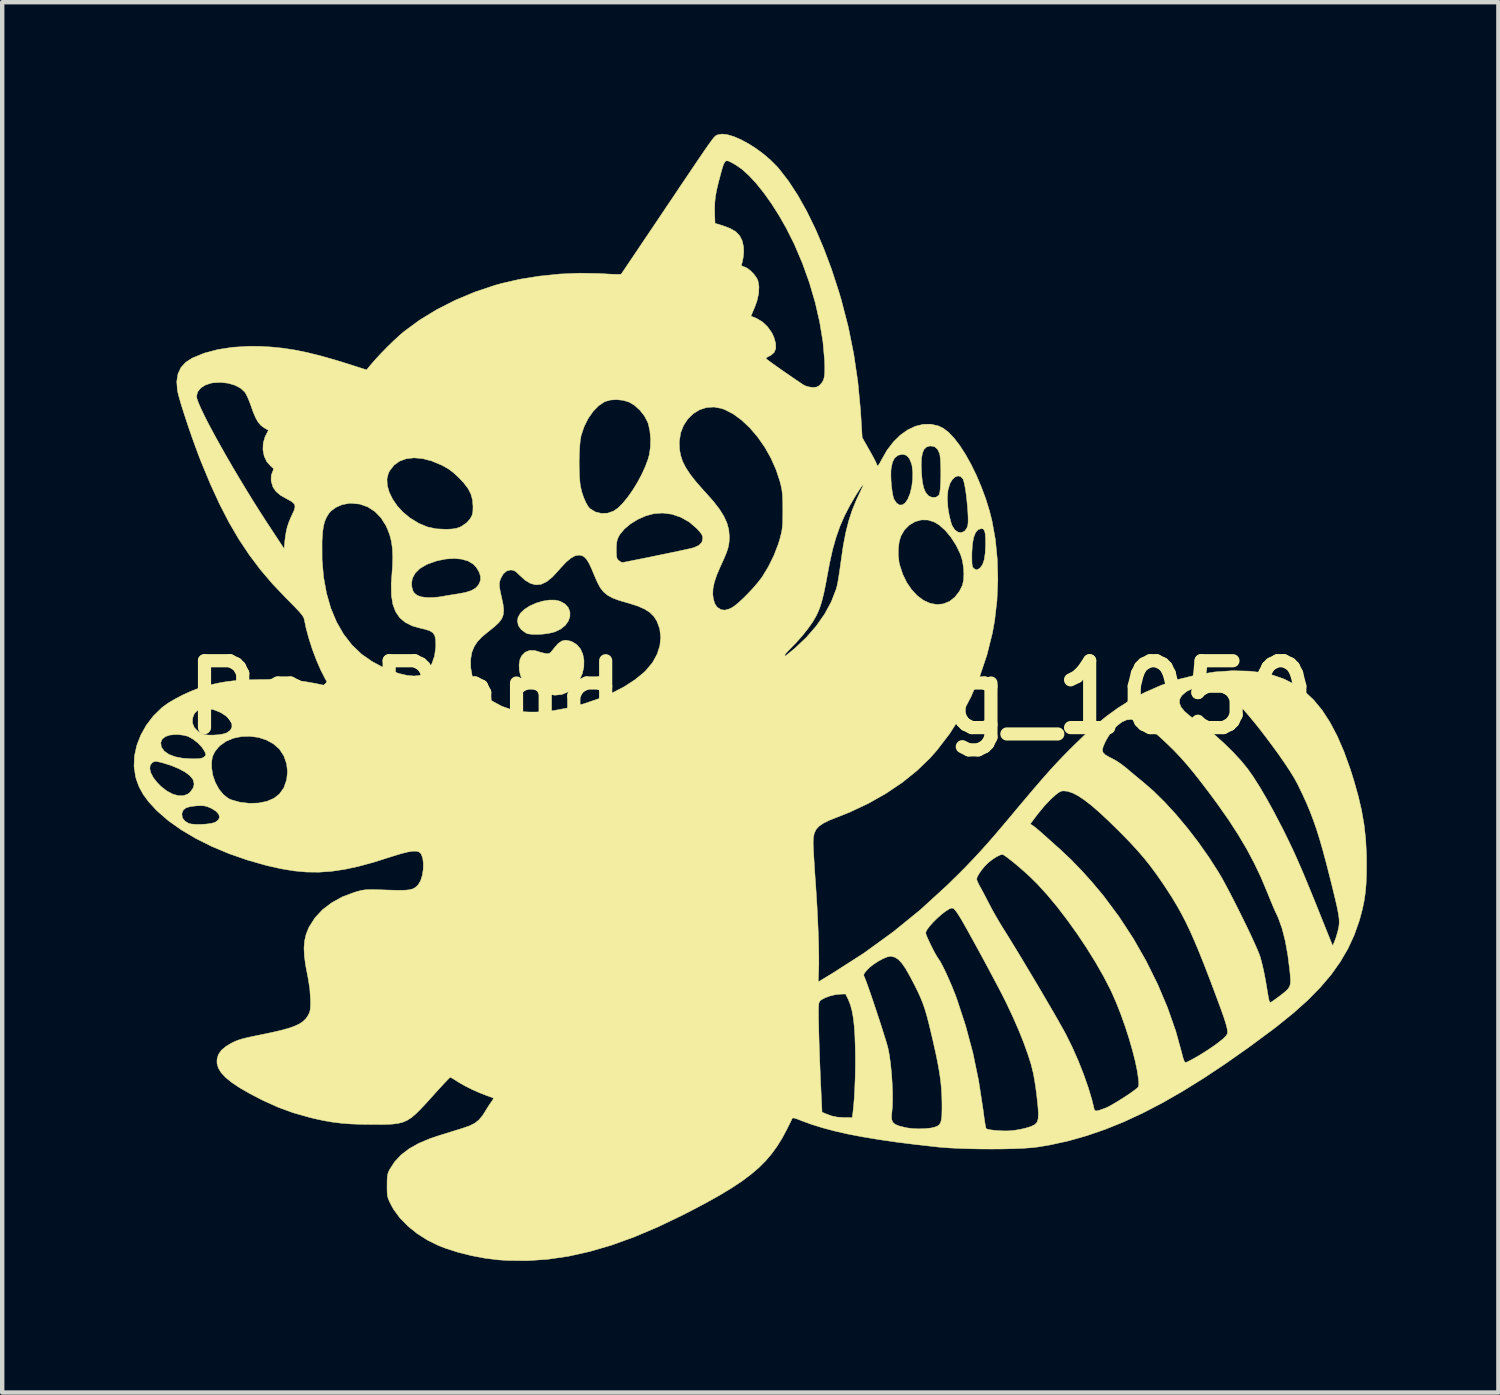
<source format=kicad_pcb>
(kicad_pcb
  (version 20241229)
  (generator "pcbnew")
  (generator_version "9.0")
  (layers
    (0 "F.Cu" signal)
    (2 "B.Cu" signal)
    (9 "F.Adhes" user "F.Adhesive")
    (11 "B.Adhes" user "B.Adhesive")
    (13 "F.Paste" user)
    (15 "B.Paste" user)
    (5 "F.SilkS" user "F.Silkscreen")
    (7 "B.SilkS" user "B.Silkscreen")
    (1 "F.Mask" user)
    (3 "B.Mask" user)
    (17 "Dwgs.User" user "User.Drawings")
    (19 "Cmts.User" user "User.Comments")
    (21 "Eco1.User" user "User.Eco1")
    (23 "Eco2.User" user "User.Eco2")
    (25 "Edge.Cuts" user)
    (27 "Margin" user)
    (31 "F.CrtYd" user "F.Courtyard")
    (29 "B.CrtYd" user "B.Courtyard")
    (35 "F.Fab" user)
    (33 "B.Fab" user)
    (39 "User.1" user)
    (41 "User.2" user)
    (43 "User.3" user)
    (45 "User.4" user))
  (footprint "RedPandaSitting_1050"
    (layer "F.Cu")
    (at 14.057 12.844)
    (property "Reference" "RedPandaSitting_1050" (at 0 0 0) (layer "F.SilkS") (effects (font (size 1.524 1.524) (thickness 0.3))))
    (attr through_hole)
    (fp_poly (pts (xy -4.449 -2.216) (xy -4.343 -2.191) (xy -4.229 -2.128) (xy -4.154 -2.044) (xy -4.117 -1.948) (xy -4.117 -1.844) (xy -4.152 -1.741) (xy -4.221 -1.643) (xy -4.322 -1.56) (xy -4.455 -1.495) (xy -4.481 -1.487) (xy -4.593 -1.46) (xy -4.721 -1.442) (xy -4.851 -1.434) (xy -4.971 -1.435) (xy -5.067 -1.447) (xy -5.116 -1.464) (xy -5.227 -1.544) (xy -5.293 -1.637) (xy -5.313 -1.742) (xy -5.298 -1.826) (xy -5.244 -1.92) (xy -5.151 -2.008) (xy -5.029 -2.085) (xy -4.888 -2.148) (xy -4.738 -2.193) (xy -4.588 -2.217) (xy -4.449 -2.216)) (stroke (width 0.01) (type solid)) (fill yes) (layer "F.SilkS"))
    (fp_poly (pts (xy -4.11 -1.283) (xy -4.077 -1.272) (xy -3.963 -1.204) (xy -3.878 -1.106) (xy -3.823 -0.982) (xy -3.797 -0.842) (xy -3.8 -0.693) (xy -3.835 -0.541) (xy -3.899 -0.395) (xy -3.995 -0.262) (xy -4.025 -0.23) (xy -4.158 -0.125) (xy -4.301 -0.065) (xy -4.458 -0.049) (xy -4.633 -0.076) (xy -4.693 -0.094) (xy -4.858 -0.157) (xy -5.015 -0.236) (xy -5.113 -0.297) (xy -5.186 -0.375) (xy -5.239 -0.484) (xy -5.27 -0.611) (xy -5.276 -0.742) (xy -5.256 -0.863) (xy -5.218 -0.946) (xy -5.136 -1.029) (xy -5.034 -1.07) (xy -4.917 -1.066) (xy -4.863 -1.051) (xy -4.775 -1.023) (xy -4.689 -1.003) (xy -4.666 -0.999) (xy -4.619 -0.996) (xy -4.583 -1.005) (xy -4.547 -1.035) (xy -4.498 -1.094) (xy -4.472 -1.129) (xy -4.384 -1.229) (xy -4.3 -1.285) (xy -4.212 -1.303) (xy -4.11 -1.283)) (stroke (width 0.01) (type solid)) (fill yes) (layer "F.SilkS"))
    (fp_poly (pts (xy -0.524 -12.824) (xy -0.378 -12.78) (xy -0.218 -12.711) (xy -0.048 -12.619) (xy 0.125 -12.509) (xy 0.295 -12.383) (xy 0.456 -12.245) (xy 0.603 -12.098) (xy 0.646 -12.049) (xy 0.864 -11.768) (xy 1.077 -11.442) (xy 1.283 -11.075) (xy 1.481 -10.669) (xy 1.669 -10.229) (xy 1.846 -9.757) (xy 2.009 -9.256) (xy 2.069 -9.054) (xy 2.228 -8.44) (xy 2.352 -7.823) (xy 2.445 -7.191) (xy 2.507 -6.534) (xy 2.517 -6.367) (xy 2.544 -5.922) (xy 2.711 -5.628) (xy 2.772 -5.519) (xy 2.823 -5.424) (xy 2.859 -5.352) (xy 2.878 -5.309) (xy 2.879 -5.304) (xy 2.887 -5.274) (xy 2.911 -5.287) (xy 2.947 -5.341) (xy 2.985 -5.413) (xy 3.11 -5.632) (xy 3.254 -5.82) (xy 3.412 -5.976) (xy 3.581 -6.096) (xy 3.757 -6.179) (xy 3.935 -6.223) (xy 4.111 -6.226) (xy 4.282 -6.186) (xy 4.39 -6.134) (xy 4.512 -6.042) (xy 4.64 -5.907) (xy 4.77 -5.737) (xy 4.9 -5.535) (xy 5.027 -5.307) (xy 5.148 -5.059) (xy 5.259 -4.797) (xy 5.36 -4.526) (xy 5.445 -4.251) (xy 5.503 -4.022) (xy 5.58 -3.594) (xy 5.624 -3.141) (xy 5.636 -2.675) (xy 5.616 -2.208) (xy 5.563 -1.75) (xy 5.513 -1.469) (xy 5.389 -0.971) (xy 5.227 -0.488) (xy 5.029 -0.023) (xy 4.799 0.418) (xy 4.537 0.829) (xy 4.248 1.206) (xy 4.089 1.385) (xy 3.793 1.671) (xy 3.456 1.942) (xy 3.084 2.192) (xy 2.683 2.419) (xy 2.258 2.619) (xy 1.978 2.73) (xy 1.799 2.801) (xy 1.662 2.868) (xy 1.562 2.936) (xy 1.494 3.011) (xy 1.452 3.098) (xy 1.432 3.204) (xy 1.427 3.311) (xy 1.429 3.381) (xy 1.434 3.491) (xy 1.442 3.632) (xy 1.452 3.797) (xy 1.463 3.977) (xy 1.476 4.164) (xy 1.477 4.167) (xy 1.498 4.487) (xy 1.517 4.804) (xy 1.532 5.11) (xy 1.544 5.399) (xy 1.552 5.664) (xy 1.556 5.9) (xy 1.556 6.098) (xy 1.553 6.212) (xy 1.543 6.486) (xy 1.79 6.336) (xy 2.579 6.336) (xy 2.59 6.365) (xy 2.611 6.414) (xy 2.645 6.503) (xy 2.688 6.623) (xy 2.739 6.769) (xy 2.795 6.933) (xy 2.853 7.107) (xy 2.912 7.285) (xy 2.969 7.459) (xy 3.021 7.624) (xy 3.067 7.77) (xy 3.104 7.892) (xy 3.129 7.983) (xy 3.135 8.007) (xy 3.164 8.157) (xy 3.189 8.34) (xy 3.21 8.543) (xy 3.225 8.754) (xy 3.235 8.962) (xy 3.237 9.155) (xy 3.233 9.32) (xy 3.225 9.41) (xy 3.213 9.533) (xy 3.217 9.623) (xy 3.243 9.687) (xy 3.297 9.733) (xy 3.385 9.769) (xy 3.513 9.801) (xy 3.556 9.811) (xy 3.682 9.828) (xy 3.829 9.835) (xy 3.979 9.83) (xy 4.112 9.816) (xy 4.191 9.798) (xy 4.252 9.776) (xy 4.297 9.745) (xy 4.328 9.7) (xy 4.348 9.633) (xy 4.359 9.538) (xy 4.363 9.407) (xy 4.363 9.266) (xy 4.359 9.085) (xy 4.349 8.915) (xy 4.333 8.745) (xy 4.308 8.568) (xy 4.274 8.373) (xy 4.23 8.153) (xy 4.173 7.897) (xy 4.157 7.826) (xy 4.102 7.592) (xy 4.054 7.396) (xy 4.01 7.231) (xy 3.967 7.088) (xy 3.921 6.957) (xy 3.869 6.831) (xy 3.809 6.7) (xy 3.738 6.557) (xy 3.652 6.392) (xy 3.629 6.35) (xy 3.535 6.184) (xy 3.449 6.06) (xy 3.368 5.974) (xy 3.289 5.924) (xy 3.206 5.903) (xy 3.185 5.902) (xy 3.112 5.917) (xy 3.016 5.958) (xy 2.909 6.016) (xy 2.803 6.085) (xy 2.712 6.157) (xy 2.675 6.193) (xy 2.616 6.259) (xy 2.586 6.304) (xy 2.579 6.336) (xy 1.79 6.336) (xy 1.89 6.275) (xy 2.586 5.828) (xy 3.221 5.367) (xy 3.991 5.367) (xy 4.002 5.408) (xy 4.031 5.48) (xy 4.073 5.572) (xy 4.122 5.674) (xy 4.173 5.775) (xy 4.222 5.864) (xy 4.261 5.929) (xy 4.273 5.945) (xy 4.321 6.019) (xy 4.381 6.13) (xy 4.449 6.269) (xy 4.52 6.426) (xy 4.592 6.593) (xy 4.659 6.76) (xy 4.7 6.87) (xy 4.9 7.48) (xy 5.066 8.098) (xy 5.198 8.735) (xy 5.3 9.4) (xy 5.311 9.483) (xy 5.327 9.604) (xy 5.343 9.708) (xy 5.357 9.785) (xy 5.368 9.826) (xy 5.37 9.83) (xy 5.407 9.845) (xy 5.481 9.859) (xy 5.58 9.871) (xy 5.692 9.879) (xy 5.805 9.882) (xy 5.908 9.88) (xy 5.915 9.879) (xy 6.028 9.867) (xy 6.158 9.844) (xy 6.269 9.819) (xy 6.394 9.78) (xy 6.479 9.738) (xy 6.53 9.684) (xy 6.554 9.609) (xy 6.56 9.506) (xy 6.56 9.482) (xy 6.552 9.356) (xy 6.537 9.198) (xy 6.517 9.023) (xy 6.492 8.845) (xy 6.465 8.679) (xy 6.445 8.57) (xy 6.394 8.365) (xy 6.318 8.126) (xy 6.222 7.86) (xy 6.107 7.575) (xy 5.976 7.276) (xy 5.832 6.971) (xy 5.789 6.885) (xy 5.724 6.756) (xy 5.643 6.601) (xy 5.551 6.427) (xy 5.451 6.239) (xy 5.346 6.043) (xy 5.24 5.847) (xy 5.135 5.655) (xy 5.036 5.475) (xy 4.946 5.312) (xy 4.868 5.174) (xy 4.806 5.065) (xy 4.762 4.993) (xy 4.761 4.991) (xy 4.698 4.895) (xy 4.652 4.836) (xy 4.616 4.807) (xy 4.581 4.803) (xy 4.54 4.818) (xy 4.529 4.823) (xy 4.444 4.876) (xy 4.349 4.95) (xy 4.252 5.036) (xy 4.16 5.127) (xy 4.081 5.216) (xy 4.023 5.294) (xy 3.994 5.353) (xy 3.991 5.367) (xy 3.221 5.367) (xy 3.247 5.349) (xy 3.876 4.837) (xy 4.477 4.287) (xy 4.545 4.221) (xy 4.625 4.142) (xy 5.153 4.142) (xy 5.164 4.181) (xy 5.194 4.248) (xy 5.236 4.328) (xy 5.24 4.334) (xy 5.289 4.423) (xy 5.35 4.538) (xy 5.413 4.66) (xy 5.449 4.729) (xy 5.508 4.842) (xy 5.586 4.98) (xy 5.671 5.126) (xy 5.755 5.264) (xy 5.769 5.286) (xy 5.867 5.442) (xy 5.979 5.624) (xy 6.102 5.826) (xy 6.233 6.043) (xy 6.368 6.269) (xy 6.505 6.498) (xy 6.639 6.725) (xy 6.767 6.944) (xy 6.886 7.148) (xy 6.993 7.333) (xy 7.083 7.493) (xy 7.155 7.622) (xy 7.196 7.699) (xy 7.339 7.989) (xy 7.473 8.294) (xy 7.594 8.6) (xy 7.698 8.898) (xy 7.781 9.176) (xy 7.825 9.358) (xy 7.836 9.398) (xy 7.853 9.421) (xy 7.885 9.426) (xy 7.939 9.414) (xy 8.026 9.384) (xy 8.097 9.358) (xy 8.163 9.327) (xy 8.258 9.274) (xy 8.371 9.207) (xy 8.492 9.131) (xy 8.61 9.054) (xy 8.714 8.981) (xy 8.794 8.921) (xy 8.814 8.905) (xy 8.838 8.877) (xy 8.848 8.838) (xy 8.848 8.773) (xy 8.842 8.709) (xy 8.814 8.517) (xy 8.767 8.291) (xy 8.703 8.04) (xy 8.626 7.774) (xy 8.538 7.501) (xy 8.442 7.231) (xy 8.341 6.974) (xy 8.238 6.737) (xy 8.204 6.665) (xy 8.046 6.359) (xy 7.863 6.039) (xy 7.661 5.714) (xy 7.445 5.39) (xy 7.219 5.075) (xy 6.991 4.777) (xy 6.764 4.504) (xy 6.545 4.263) (xy 6.396 4.115) (xy 6.284 4.011) (xy 6.168 3.908) (xy 6.054 3.811) (xy 5.948 3.725) (xy 5.857 3.654) (xy 5.787 3.604) (xy 5.744 3.581) (xy 5.738 3.58) (xy 5.681 3.596) (xy 5.6 3.637) (xy 5.508 3.697) (xy 5.418 3.768) (xy 5.415 3.771) (xy 5.342 3.844) (xy 5.271 3.929) (xy 5.211 4.015) (xy 5.168 4.09) (xy 5.153 4.142) (xy 4.625 4.142) (xy 4.741 4.029) (xy 4.917 3.851) (xy 5.081 3.679) (xy 5.241 3.507) (xy 5.404 3.325) (xy 5.578 3.125) (xy 5.77 2.9) (xy 5.781 2.886) (xy 6.375 2.886) (xy 6.434 2.924) (xy 6.462 2.944) (xy 6.499 2.973) (xy 6.549 3.015) (xy 6.617 3.073) (xy 6.706 3.152) (xy 6.819 3.253) (xy 6.962 3.381) (xy 7.08 3.487) (xy 7.304 3.699) (xy 7.54 3.942) (xy 7.777 4.205) (xy 8.005 4.476) (xy 8.048 4.529) (xy 8.397 4.998) (xy 8.721 5.493) (xy 9.016 6.009) (xy 9.278 6.538) (xy 9.504 7.073) (xy 9.691 7.607) (xy 9.823 8.086) (xy 9.853 8.202) (xy 9.878 8.276) (xy 9.9 8.314) (xy 9.917 8.322) (xy 9.952 8.31) (xy 10.018 8.277) (xy 10.107 8.229) (xy 10.209 8.171) (xy 10.216 8.167) (xy 10.384 8.062) (xy 10.536 7.961) (xy 10.665 7.867) (xy 10.767 7.785) (xy 10.835 7.717) (xy 10.864 7.674) (xy 10.871 7.645) (xy 10.871 7.605) (xy 10.862 7.551) (xy 10.845 7.479) (xy 10.817 7.385) (xy 10.778 7.265) (xy 10.725 7.116) (xy 10.658 6.934) (xy 10.576 6.715) (xy 10.478 6.454) (xy 10.474 6.443) (xy 10.346 6.112) (xy 10.23 5.821) (xy 10.122 5.563) (xy 10.02 5.332) (xy 9.92 5.122) (xy 9.819 4.927) (xy 9.714 4.74) (xy 9.602 4.555) (xy 9.48 4.366) (xy 9.392 4.234) (xy 9.246 4.024) (xy 9.106 3.835) (xy 8.965 3.659) (xy 8.813 3.484) (xy 8.644 3.3) (xy 8.447 3.098) (xy 8.395 3.046) (xy 8.161 2.817) (xy 7.954 2.624) (xy 7.772 2.466) (xy 7.611 2.341) (xy 7.471 2.247) (xy 7.348 2.183) (xy 7.24 2.146) (xy 7.192 2.137) (xy 7.125 2.132) (xy 7.075 2.14) (xy 7.024 2.168) (xy 6.955 2.22) (xy 6.832 2.332) (xy 6.693 2.48) (xy 6.545 2.66) (xy 6.482 2.743) (xy 6.375 2.886) (xy 5.781 2.886) (xy 5.89 2.757) (xy 6.099 2.507) (xy 6.282 2.29) (xy 6.442 2.101) (xy 6.583 1.937) (xy 6.708 1.793) (xy 6.823 1.664) (xy 6.93 1.547) (xy 7.034 1.436) (xy 7.138 1.327) (xy 7.247 1.216) (xy 7.27 1.194) (xy 8.019 1.194) (xy 8.031 1.254) (xy 8.08 1.306) (xy 8.169 1.359) (xy 8.23 1.389) (xy 8.339 1.449) (xy 8.456 1.528) (xy 8.558 1.607) (xy 8.561 1.609) (xy 8.648 1.684) (xy 8.756 1.774) (xy 8.869 1.868) (xy 8.936 1.922) (xy 9.181 2.134) (xy 9.436 2.385) (xy 9.695 2.667) (xy 9.953 2.975) (xy 10.204 3.301) (xy 10.442 3.639) (xy 10.662 3.981) (xy 10.672 3.998) (xy 10.742 4.117) (xy 10.824 4.267) (xy 10.916 4.441) (xy 11.015 4.632) (xy 11.116 4.832) (xy 11.217 5.036) (xy 11.314 5.235) (xy 11.404 5.423) (xy 11.482 5.594) (xy 11.547 5.74) (xy 11.594 5.854) (xy 11.611 5.902) (xy 11.64 6.003) (xy 11.673 6.135) (xy 11.706 6.286) (xy 11.735 6.438) (xy 11.743 6.483) (xy 11.771 6.648) (xy 11.791 6.771) (xy 11.807 6.858) (xy 11.82 6.914) (xy 11.833 6.944) (xy 11.846 6.954) (xy 11.861 6.949) (xy 11.882 6.935) (xy 11.896 6.926) (xy 11.948 6.89) (xy 12.022 6.836) (xy 12.103 6.774) (xy 12.108 6.771) (xy 12.193 6.702) (xy 12.252 6.644) (xy 12.288 6.586) (xy 12.305 6.518) (xy 12.307 6.427) (xy 12.297 6.304) (xy 12.292 6.248) (xy 12.246 5.88) (xy 12.187 5.552) (xy 12.114 5.267) (xy 12.028 5.026) (xy 11.98 4.923) (xy 11.95 4.858) (xy 11.907 4.759) (xy 11.856 4.638) (xy 11.802 4.505) (xy 11.778 4.446) (xy 11.636 4.107) (xy 11.481 3.781) (xy 11.31 3.459) (xy 11.117 3.134) (xy 10.9 2.798) (xy 10.652 2.445) (xy 10.446 2.165) (xy 10.262 1.924) (xy 10.098 1.716) (xy 9.947 1.534) (xy 9.802 1.37) (xy 9.657 1.217) (xy 9.505 1.068) (xy 9.34 0.914) (xy 9.255 0.838) (xy 9.084 0.696) (xy 8.936 0.593) (xy 8.804 0.528) (xy 8.686 0.502) (xy 8.575 0.513) (xy 8.466 0.561) (xy 8.356 0.645) (xy 8.294 0.705) (xy 8.225 0.788) (xy 8.153 0.893) (xy 8.092 0.999) (xy 8.089 1.005) (xy 8.04 1.114) (xy 8.019 1.194) (xy 7.27 1.194) (xy 7.316 1.147) (xy 7.6 0.871) (xy 7.867 0.632) (xy 8.123 0.424) (xy 8.376 0.241) (xy 8.552 0.13) (xy 9.775 0.13) (xy 9.81 0.219) (xy 9.887 0.315) (xy 10.008 0.421) (xy 10.165 0.535) (xy 10.368 0.683) (xy 10.581 0.857) (xy 10.795 1.05) (xy 10.998 1.249) (xy 11.18 1.446) (xy 11.33 1.629) (xy 11.33 1.629) (xy 11.461 1.816) (xy 11.605 2.043) (xy 11.761 2.308) (xy 11.926 2.607) (xy 12.096 2.934) (xy 12.118 2.975) (xy 12.202 3.144) (xy 12.281 3.306) (xy 12.358 3.469) (xy 12.435 3.637) (xy 12.514 3.817) (xy 12.599 4.014) (xy 12.691 4.235) (xy 12.794 4.486) (xy 12.91 4.772) (xy 12.993 4.98) (xy 13.268 5.664) (xy 13.312 5.559) (xy 13.342 5.478) (xy 13.373 5.374) (xy 13.393 5.298) (xy 13.406 5.238) (xy 13.414 5.18) (xy 13.417 5.12) (xy 13.414 5.051) (xy 13.404 4.969) (xy 13.386 4.868) (xy 13.36 4.743) (xy 13.324 4.588) (xy 13.278 4.398) (xy 13.221 4.167) (xy 13.205 4.106) (xy 13.122 3.779) (xy 13.045 3.493) (xy 12.972 3.239) (xy 12.901 3.011) (xy 12.828 2.801) (xy 12.752 2.602) (xy 12.67 2.406) (xy 12.579 2.207) (xy 12.477 1.997) (xy 12.459 1.962) (xy 12.389 1.834) (xy 12.294 1.68) (xy 12.178 1.505) (xy 12.048 1.317) (xy 11.906 1.121) (xy 11.759 0.924) (xy 11.611 0.731) (xy 11.467 0.551) (xy 11.331 0.388) (xy 11.209 0.249) (xy 11.105 0.14) (xy 11.05 0.09) (xy 10.848 -0.06) (xy 10.648 -0.168) (xy 10.55 -0.206) (xy 10.39 -0.238) (xy 10.227 -0.234) (xy 10.072 -0.199) (xy 9.936 -0.134) (xy 9.83 -0.042) (xy 9.823 -0.033) (xy 9.779 0.047) (xy 9.775 0.13) (xy 8.552 0.13) (xy 8.633 0.079) (xy 8.901 -0.068) (xy 8.983 -0.11) (xy 9.365 -0.278) (xy 9.764 -0.413) (xy 10.172 -0.513) (xy 10.581 -0.579) (xy 10.983 -0.607) (xy 11.372 -0.597) (xy 11.611 -0.569) (xy 11.896 -0.509) (xy 12.159 -0.418) (xy 12.402 -0.295) (xy 12.626 -0.136) (xy 12.834 0.058) (xy 13.026 0.291) (xy 13.203 0.563) (xy 13.369 0.877) (xy 13.524 1.234) (xy 13.669 1.637) (xy 13.748 1.887) (xy 13.85 2.247) (xy 13.927 2.58) (xy 13.983 2.9) (xy 14.019 3.222) (xy 14.037 3.559) (xy 14.04 3.774) (xy 14.038 4.035) (xy 14.029 4.259) (xy 14.011 4.46) (xy 13.983 4.648) (xy 13.943 4.836) (xy 13.89 5.036) (xy 13.87 5.104) (xy 13.757 5.423) (xy 13.615 5.73) (xy 13.44 6.029) (xy 13.231 6.323) (xy 12.984 6.613) (xy 12.697 6.905) (xy 12.368 7.199) (xy 11.995 7.5) (xy 11.9 7.573) (xy 11.35 7.98) (xy 10.825 8.349) (xy 10.324 8.682) (xy 9.844 8.98) (xy 9.382 9.245) (xy 8.935 9.477) (xy 8.501 9.678) (xy 8.077 9.849) (xy 7.66 9.992) (xy 7.248 10.109) (xy 6.839 10.199) (xy 6.544 10.249) (xy 6.401 10.265) (xy 6.219 10.278) (xy 6.005 10.287) (xy 5.768 10.293) (xy 5.517 10.295) (xy 5.259 10.294) (xy 5.004 10.289) (xy 4.759 10.281) (xy 4.533 10.27) (xy 4.334 10.255) (xy 4.27 10.249) (xy 3.777 10.194) (xy 3.33 10.138) (xy 2.924 10.079) (xy 2.555 10.018) (xy 2.221 9.954) (xy 1.917 9.885) (xy 1.64 9.811) (xy 1.387 9.732) (xy 1.154 9.647) (xy 1.091 9.621) (xy 1.016 9.595) (xy 0.966 9.586) (xy 0.951 9.592) (xy 0.938 9.622) (xy 0.907 9.686) (xy 0.864 9.772) (xy 0.827 9.847) (xy 0.72 10.047) (xy 0.606 10.23) (xy 0.482 10.402) (xy 0.344 10.564) (xy 0.188 10.72) (xy 0.01 10.872) (xy -0.192 11.024) (xy -0.424 11.178) (xy -0.687 11.338) (xy -0.987 11.506) (xy -1.326 11.686) (xy -1.56 11.806) (xy -2.117 12.073) (xy -2.651 12.299) (xy -3.166 12.485) (xy -3.665 12.631) (xy -4.149 12.739) (xy -4.622 12.808) (xy -5.087 12.84) (xy -5.545 12.835) (xy -5.762 12.82) (xy -6.056 12.783) (xy -6.362 12.725) (xy -6.663 12.65) (xy -6.942 12.561) (xy -7.112 12.496) (xy -7.365 12.371) (xy -7.601 12.221) (xy -7.813 12.049) (xy -7.994 11.864) (xy -8.136 11.67) (xy -8.188 11.577) (xy -8.232 11.49) (xy -8.26 11.423) (xy -8.276 11.361) (xy -8.283 11.288) (xy -8.285 11.19) (xy -8.285 11.13) (xy -8.284 11.009) (xy -8.278 10.923) (xy -8.267 10.859) (xy -8.247 10.804) (xy -8.228 10.765) (xy -8.113 10.587) (xy -7.967 10.43) (xy -7.786 10.291) (xy -7.567 10.167) (xy -7.306 10.057) (xy -7.105 9.989) (xy -6.961 9.945) (xy -6.808 9.897) (xy -6.665 9.853) (xy -6.554 9.818) (xy -6.4 9.764) (xy -6.284 9.705) (xy -6.192 9.632) (xy -6.112 9.537) (xy -6.057 9.452) (xy -6.003 9.363) (xy -5.948 9.278) (xy -5.908 9.221) (xy -5.874 9.17) (xy -5.857 9.138) (xy -5.858 9.135) (xy -5.883 9.124) (xy -5.942 9.102) (xy -6.021 9.074) (xy -6.023 9.073) (xy -6.182 9.011) (xy -6.352 8.935) (xy -6.515 8.853) (xy -6.655 8.773) (xy -6.697 8.746) (xy -6.766 8.702) (xy -6.82 8.671) (xy -6.845 8.66) (xy -6.866 8.677) (xy -6.914 8.726) (xy -6.985 8.8) (xy -7.073 8.896) (xy -7.175 9.007) (xy -7.233 9.072) (xy -7.388 9.244) (xy -7.518 9.383) (xy -7.629 9.493) (xy -7.729 9.578) (xy -7.826 9.64) (xy -7.925 9.683) (xy -8.034 9.711) (xy -8.161 9.727) (xy -8.311 9.734) (xy -8.494 9.735) (xy -8.612 9.735) (xy -8.885 9.732) (xy -9.122 9.723) (xy -9.334 9.706) (xy -9.535 9.681) (xy -9.735 9.646) (xy -9.947 9.6) (xy -10.072 9.569) (xy -10.429 9.467) (xy -10.765 9.344) (xy -11.102 9.192) (xy -11.161 9.163) (xy -11.427 9.024) (xy -11.649 8.896) (xy -11.828 8.776) (xy -11.966 8.663) (xy -12.067 8.554) (xy -12.131 8.448) (xy -12.161 8.343) (xy -12.161 8.256) (xy -12.13 8.143) (xy -12.06 8.042) (xy -11.949 7.95) (xy -11.826 7.878) (xy -11.753 7.843) (xy -11.679 7.813) (xy -11.593 7.786) (xy -11.487 7.759) (xy -11.353 7.729) (xy -11.18 7.694) (xy -11.162 7.69) (xy -10.911 7.638) (xy -10.703 7.59) (xy -10.533 7.543) (xy -10.397 7.496) (xy -10.29 7.446) (xy -10.207 7.392) (xy -10.142 7.331) (xy -10.092 7.262) (xy -10.086 7.252) (xy -10.059 7.199) (xy -10.042 7.149) (xy -10.039 7.128) (xy 1.548 7.128) (xy 1.548 7.235) (xy 1.55 7.379) (xy 1.555 7.563) (xy 1.555 7.602) (xy 1.561 7.82) (xy 1.569 8.066) (xy 1.578 8.321) (xy 1.588 8.569) (xy 1.597 8.791) (xy 1.6 8.846) (xy 1.629 9.455) (xy 1.716 9.492) (xy 1.845 9.54) (xy 1.973 9.567) (xy 2.122 9.577) (xy 2.144 9.577) (xy 2.316 9.579) (xy 2.331 9.477) (xy 2.348 9.326) (xy 2.363 9.138) (xy 2.375 8.922) (xy 2.384 8.688) (xy 2.389 8.448) (xy 2.39 8.21) (xy 2.387 7.995) (xy 2.378 7.724) (xy 2.363 7.495) (xy 2.341 7.303) (xy 2.312 7.143) (xy 2.275 7.007) (xy 2.229 6.891) (xy 2.221 6.874) (xy 2.165 6.761) (xy 2.032 6.766) (xy 1.922 6.779) (xy 1.805 6.808) (xy 1.698 6.848) (xy 1.614 6.893) (xy 1.584 6.919) (xy 1.571 6.937) (xy 1.561 6.96) (xy 1.554 6.996) (xy 1.55 7.05) (xy 1.548 7.128) (xy -10.039 7.128) (xy -10.033 7.086) (xy -10.029 7) (xy -10.03 6.894) (xy -10.046 6.641) (xy -10.09 6.369) (xy -10.096 6.343) (xy -10.143 6.098) (xy -10.17 5.889) (xy -10.178 5.71) (xy -10.165 5.552) (xy -10.132 5.408) (xy -10.079 5.271) (xy -10.062 5.235) (xy -9.93 5.027) (xy -9.758 4.842) (xy -9.547 4.681) (xy -9.303 4.547) (xy -9.027 4.443) (xy -9.006 4.437) (xy -8.932 4.416) (xy -8.87 4.4) (xy -8.809 4.39) (xy -8.742 4.384) (xy -8.659 4.382) (xy -8.551 4.383) (xy -8.409 4.387) (xy -8.305 4.391) (xy -8.115 4.396) (xy -7.966 4.398) (xy -7.852 4.394) (xy -7.766 4.384) (xy -7.701 4.366) (xy -7.651 4.34) (xy -7.607 4.304) (xy -7.575 4.27) (xy -7.521 4.181) (xy -7.483 4.061) (xy -7.461 3.926) (xy -7.457 3.79) (xy -7.472 3.666) (xy -7.508 3.57) (xy -7.512 3.564) (xy -7.551 3.527) (xy -7.611 3.507) (xy -7.696 3.506) (xy -7.81 3.524) (xy -7.959 3.561) (xy -8.145 3.618) (xy -8.218 3.641) (xy -8.594 3.76) (xy -8.937 3.853) (xy -9.253 3.921) (xy -9.55 3.965) (xy -9.836 3.985) (xy -10.118 3.982) (xy -10.403 3.956) (xy -10.699 3.907) (xy -11.013 3.837) (xy -11.03 3.833) (xy -11.467 3.709) (xy -11.884 3.564) (xy -12.278 3.399) (xy -12.644 3.216) (xy -12.977 3.019) (xy -13.272 2.81) (xy -13.444 2.66) (xy -12.962 2.66) (xy -12.949 2.748) (xy -12.89 2.821) (xy -12.809 2.871) (xy -12.741 2.888) (xy -12.641 2.896) (xy -12.523 2.896) (xy -12.402 2.888) (xy -12.294 2.873) (xy -12.213 2.852) (xy -12.197 2.845) (xy -12.128 2.791) (xy -12.103 2.729) (xy -12.123 2.662) (xy -12.185 2.595) (xy -12.287 2.531) (xy -12.305 2.523) (xy -12.382 2.491) (xy -12.449 2.474) (xy -12.526 2.469) (xy -12.631 2.473) (xy -12.771 2.489) (xy -12.869 2.52) (xy -12.93 2.569) (xy -12.959 2.64) (xy -12.962 2.66) (xy -13.444 2.66) (xy -13.524 2.59) (xy -13.559 2.555) (xy -13.72 2.379) (xy -13.843 2.213) (xy -13.935 2.045) (xy -14.001 1.867) (xy -14.018 1.803) (xy -14.044 1.625) (xy -13.693 1.625) (xy -13.669 1.722) (xy -13.612 1.831) (xy -13.522 1.945) (xy -13.44 2.028) (xy -13.303 2.135) (xy -13.166 2.207) (xy -13.036 2.242) (xy -12.918 2.24) (xy -12.817 2.199) (xy -12.768 2.156) (xy -12.703 2.063) (xy -12.682 1.976) (xy -12.704 1.886) (xy -12.714 1.864) (xy -12.78 1.784) (xy -12.888 1.703) (xy -13.031 1.626) (xy -13.204 1.554) (xy -13.399 1.493) (xy -13.433 1.484) (xy -13.514 1.465) (xy -12.284 1.465) (xy -12.283 1.609) (xy -12.256 1.779) (xy -12.198 1.943) (xy -12.117 2.091) (xy -12.017 2.214) (xy -11.904 2.303) (xy -11.845 2.332) (xy -11.643 2.389) (xy -11.428 2.415) (xy -11.217 2.409) (xy -11.027 2.371) (xy -10.865 2.302) (xy -10.74 2.205) (xy -10.647 2.076) (xy -10.633 2.05) (xy -10.573 1.875) (xy -10.554 1.691) (xy -10.576 1.509) (xy -10.636 1.337) (xy -10.734 1.186) (xy -10.741 1.178) (xy -10.876 1.059) (xy -11.038 0.971) (xy -11.218 0.913) (xy -11.408 0.888) (xy -11.6 0.893) (xy -11.784 0.931) (xy -11.951 1) (xy -12.095 1.102) (xy -12.127 1.135) (xy -12.211 1.24) (xy -12.262 1.345) (xy -12.284 1.465) (xy -13.514 1.465) (xy -13.515 1.465) (xy -13.566 1.46) (xy -13.604 1.47) (xy -13.633 1.486) (xy -13.682 1.544) (xy -13.693 1.625) (xy -14.044 1.625) (xy -14.052 1.574) (xy -14.042 1.337) (xy -13.99 1.098) (xy -13.965 1.032) (xy -13.443 1.032) (xy -13.431 1.124) (xy -13.426 1.137) (xy -13.363 1.226) (xy -13.259 1.299) (xy -13.116 1.354) (xy -12.941 1.388) (xy -12.735 1.401) (xy -12.733 1.401) (xy -12.62 1.4) (xy -12.544 1.394) (xy -12.493 1.381) (xy -12.458 1.359) (xy -12.424 1.329) (xy -12.416 1.301) (xy -12.432 1.256) (xy -12.446 1.226) (xy -12.507 1.134) (xy -12.598 1.039) (xy -12.705 0.955) (xy -12.811 0.895) (xy -12.837 0.885) (xy -12.928 0.863) (xy -13.036 0.849) (xy -13.097 0.847) (xy -13.237 0.86) (xy -13.343 0.897) (xy -13.413 0.956) (xy -13.443 1.032) (xy -13.965 1.032) (xy -13.899 0.861) (xy -13.772 0.635) (xy -13.654 0.481) (xy -12.72 0.481) (xy -12.719 0.59) (xy -12.676 0.691) (xy -12.595 0.775) (xy -12.479 0.837) (xy -12.455 0.845) (xy -12.368 0.859) (xy -12.254 0.861) (xy -12.132 0.853) (xy -12.021 0.835) (xy -11.942 0.811) (xy -11.86 0.753) (xy -11.821 0.681) (xy -11.823 0.6) (xy -11.866 0.515) (xy -11.946 0.432) (xy -12.064 0.354) (xy -12.088 0.341) (xy -12.238 0.281) (xy -12.379 0.254) (xy -12.503 0.26) (xy -12.604 0.297) (xy -12.675 0.367) (xy -12.677 0.37) (xy -12.72 0.481) (xy -13.654 0.481) (xy -13.611 0.424) (xy -13.417 0.235) (xy -13.395 0.217) (xy -13.272 0.129) (xy -13.116 0.037) (xy -12.94 -0.055) (xy -12.756 -0.138) (xy -12.579 -0.208) (xy -12.434 -0.253) (xy -12.259 -0.297) (xy -12.101 -0.331) (xy -11.949 -0.357) (xy -11.793 -0.376) (xy -11.622 -0.389) (xy -11.424 -0.399) (xy -11.199 -0.405) (xy -10.896 -0.408) (xy -10.63 -0.401) (xy -10.388 -0.385) (xy -10.16 -0.359) (xy -9.933 -0.32) (xy -9.803 -0.293) (xy -9.713 -0.274) (xy -9.644 -0.261) (xy -9.607 -0.255) (xy -9.604 -0.256) (xy -9.615 -0.278) (xy -9.644 -0.332) (xy -9.686 -0.407) (xy -9.701 -0.434) (xy -9.799 -0.627) (xy -9.897 -0.853) (xy -9.989 -1.098) (xy -10.069 -1.348) (xy -10.133 -1.587) (xy -10.171 -1.772) (xy -10.18 -1.805) (xy -10.2 -1.843) (xy -10.233 -1.89) (xy -10.285 -1.952) (xy -10.36 -2.032) (xy -10.46 -2.135) (xy -10.592 -2.267) (xy -10.604 -2.28) (xy -10.9 -2.591) (xy -11.173 -2.912) (xy -11.426 -3.248) (xy -11.663 -3.604) (xy -11.887 -3.987) (xy -12.101 -4.402) (xy -12.309 -4.854) (xy -12.515 -5.349) (xy -12.516 -5.351) (xy -12.586 -5.531) (xy -12.658 -5.727) (xy -12.732 -5.932) (xy -12.804 -6.14) (xy -12.871 -6.342) (xy -12.933 -6.532) (xy -12.986 -6.702) (xy -13.027 -6.846) (xy -13.031 -6.86) (xy -12.627 -6.86) (xy -12.615 -6.797) (xy -12.578 -6.698) (xy -12.519 -6.565) (xy -12.441 -6.403) (xy -12.345 -6.215) (xy -12.233 -6.006) (xy -12.107 -5.778) (xy -11.971 -5.536) (xy -11.825 -5.283) (xy -11.671 -5.023) (xy -11.513 -4.761) (xy -11.352 -4.499) (xy -11.19 -4.241) (xy -11.029 -3.992) (xy -10.986 -3.926) (xy -10.632 -3.389) (xy -10.616 -3.552) (xy -9.767 -3.552) (xy -9.766 -3.135) (xy -9.732 -2.741) (xy -9.665 -2.372) (xy -9.567 -2.031) (xy -9.437 -1.72) (xy -9.277 -1.441) (xy -9.087 -1.196) (xy -8.87 -0.987) (xy -8.63 -0.819) (xy -8.414 -0.703) (xy -8.204 -0.61) (xy -8.007 -0.542) (xy -7.827 -0.5) (xy -7.669 -0.486) (xy -7.538 -0.5) (xy -7.449 -0.539) (xy -7.343 -0.638) (xy -7.261 -0.774) (xy -7.233 -0.856) (xy -6.381 -0.856) (xy -6.378 -0.676) (xy -6.347 -0.499) (xy -6.306 -0.382) (xy -6.202 -0.206) (xy -6.058 -0.047) (xy -5.879 0.09) (xy -5.672 0.202) (xy -5.441 0.284) (xy -5.32 0.312) (xy -5.203 0.327) (xy -5.053 0.334) (xy -4.884 0.334) (xy -4.711 0.326) (xy -4.549 0.31) (xy -4.495 0.303) (xy -4.144 0.237) (xy -3.801 0.147) (xy -3.472 0.035) (xy -3.165 -0.095) (xy -2.884 -0.24) (xy -2.637 -0.399) (xy -2.43 -0.568) (xy -2.38 -0.618) (xy -2.235 -0.792) (xy -2.146 -0.953) (xy 0.773 -0.953) (xy 0.787 -0.945) (xy 0.796 -0.947) (xy 0.823 -0.966) (xy 0.877 -1.009) (xy 0.951 -1.07) (xy 1.017 -1.125) (xy 1.273 -1.367) (xy 1.498 -1.627) (xy 1.688 -1.898) (xy 1.839 -2.176) (xy 1.947 -2.454) (xy 1.971 -2.539) (xy 1.985 -2.605) (xy 2.004 -2.71) (xy 2.024 -2.842) (xy 2.046 -2.991) (xy 2.067 -3.145) (xy 2.08 -3.235) (xy 3.367 -3.235) (xy 3.385 -3.077) (xy 3.397 -3.023) (xy 3.468 -2.806) (xy 3.562 -2.614) (xy 3.676 -2.448) (xy 3.804 -2.313) (xy 3.944 -2.21) (xy 4.091 -2.144) (xy 4.242 -2.116) (xy 4.392 -2.13) (xy 4.537 -2.188) (xy 4.539 -2.19) (xy 4.66 -2.287) (xy 4.762 -2.42) (xy 4.828 -2.553) (xy 4.854 -2.667) (xy 4.862 -2.809) (xy 4.853 -2.965) (xy 4.828 -3.118) (xy 4.793 -3.234) (xy 5.044 -3.234) (xy 5.045 -3.116) (xy 5.048 -3.037) (xy 5.057 -2.987) (xy 5.071 -2.956) (xy 5.091 -2.937) (xy 5.135 -2.91) (xy 5.169 -2.909) (xy 5.214 -2.937) (xy 5.232 -2.951) (xy 5.287 -3.024) (xy 5.327 -3.141) (xy 5.35 -3.303) (xy 5.357 -3.483) (xy 5.356 -3.627) (xy 5.348 -3.729) (xy 5.333 -3.795) (xy 5.309 -3.832) (xy 5.273 -3.846) (xy 5.262 -3.846) (xy 5.187 -3.823) (xy 5.128 -3.755) (xy 5.084 -3.642) (xy 5.056 -3.486) (xy 5.044 -3.285) (xy 5.044 -3.234) (xy 4.793 -3.234) (xy 4.787 -3.253) (xy 4.785 -3.26) (xy 4.687 -3.462) (xy 4.57 -3.646) (xy 4.44 -3.803) (xy 4.302 -3.926) (xy 4.189 -3.995) (xy 4.042 -4.042) (xy 3.893 -4.044) (xy 3.749 -4.004) (xy 3.618 -3.926) (xy 3.506 -3.813) (xy 3.428 -3.679) (xy 3.389 -3.554) (xy 3.369 -3.4) (xy 3.367 -3.235) (xy 2.08 -3.235) (xy 2.115 -3.472) (xy 2.171 -3.761) (xy 2.237 -4.022) (xy 2.316 -4.264) (xy 2.412 -4.499) (xy 2.502 -4.69) (xy 2.546 -4.782) (xy 2.566 -4.833) (xy 2.563 -4.845) (xy 2.538 -4.817) (xy 2.492 -4.751) (xy 2.425 -4.647) (xy 2.41 -4.624) (xy 2.264 -4.375) (xy 2.14 -4.135) (xy 2.036 -3.895) (xy 1.948 -3.644) (xy 1.871 -3.373) (xy 1.804 -3.071) (xy 1.754 -2.806) (xy 1.711 -2.573) (xy 1.671 -2.38) (xy 1.632 -2.22) (xy 1.592 -2.085) (xy 1.548 -1.968) (xy 1.499 -1.861) (xy 1.498 -1.86) (xy 1.419 -1.723) (xy 1.31 -1.568) (xy 1.181 -1.406) (xy 1.041 -1.248) (xy 0.957 -1.162) (xy 0.859 -1.061) (xy 0.797 -0.992) (xy 0.773 -0.953) (xy -2.146 -0.953) (xy -2.131 -0.98) (xy -2.068 -1.174) (xy -2.048 -1.37) (xy -2.07 -1.561) (xy -2.133 -1.733) (xy -2.202 -1.842) (xy -2.294 -1.934) (xy -2.415 -2.012) (xy -2.572 -2.081) (xy -2.77 -2.144) (xy -2.807 -2.154) (xy -2.995 -2.209) (xy -3.143 -2.264) (xy -3.259 -2.327) (xy -3.351 -2.404) (xy -3.427 -2.501) (xy -3.494 -2.626) (xy -3.557 -2.772) (xy -3.625 -2.935) (xy -3.683 -3.057) (xy -3.736 -3.144) (xy -3.789 -3.2) (xy -3.844 -3.23) (xy -3.906 -3.241) (xy -3.92 -3.242) (xy -4.003 -3.225) (xy -4.096 -3.173) (xy -4.203 -3.083) (xy -4.325 -2.953) (xy -4.376 -2.894) (xy -4.516 -2.743) (xy -4.646 -2.637) (xy -4.77 -2.578) (xy -4.891 -2.564) (xy -5.013 -2.595) (xy -5.139 -2.67) (xy -5.272 -2.791) (xy -5.284 -2.803) (xy -5.349 -2.864) (xy -5.402 -2.894) (xy -5.462 -2.903) (xy -5.47 -2.903) (xy -5.559 -2.88) (xy -5.636 -2.813) (xy -5.695 -2.708) (xy -5.712 -2.659) (xy -5.723 -2.612) (xy -5.727 -2.562) (xy -5.72 -2.498) (xy -5.704 -2.41) (xy -5.677 -2.286) (xy -5.675 -2.278) (xy -5.641 -2.118) (xy -5.627 -1.99) (xy -5.636 -1.885) (xy -5.671 -1.792) (xy -5.737 -1.704) (xy -5.837 -1.61) (xy -5.974 -1.5) (xy -5.98 -1.496) (xy -6.122 -1.379) (xy -6.226 -1.269) (xy -6.299 -1.157) (xy -6.349 -1.035) (xy -6.354 -1.019) (xy -6.381 -0.856) (xy -7.233 -0.856) (xy -7.204 -0.939) (xy -7.177 -1.127) (xy -7.174 -1.185) (xy -7.178 -1.313) (xy -7.197 -1.406) (xy -7.24 -1.471) (xy -7.312 -1.517) (xy -7.42 -1.552) (xy -7.511 -1.572) (xy -7.708 -1.627) (xy -7.869 -1.707) (xy -7.996 -1.814) (xy -8.09 -1.952) (xy -8.153 -2.121) (xy -8.186 -2.325) (xy -8.19 -2.565) (xy -8.189 -2.588) (xy -7.728 -2.588) (xy -7.719 -2.513) (xy -7.697 -2.432) (xy -7.667 -2.381) (xy -7.617 -2.339) (xy -7.587 -2.32) (xy -7.508 -2.292) (xy -7.395 -2.276) (xy -7.26 -2.274) (xy -7.116 -2.286) (xy -7.04 -2.298) (xy -6.959 -2.312) (xy -6.848 -2.331) (xy -6.727 -2.35) (xy -6.674 -2.358) (xy -6.498 -2.391) (xy -6.363 -2.434) (xy -6.266 -2.491) (xy -6.2 -2.563) (xy -6.159 -2.656) (xy -6.155 -2.672) (xy -6.155 -2.758) (xy -6.187 -2.858) (xy -6.247 -2.957) (xy -6.319 -3.035) (xy -6.438 -3.107) (xy -6.588 -3.15) (xy -6.762 -3.166) (xy -6.952 -3.152) (xy -7.149 -3.111) (xy -7.347 -3.042) (xy -7.394 -3.021) (xy -7.538 -2.935) (xy -7.643 -2.831) (xy -7.708 -2.714) (xy -7.728 -2.588) (xy -8.189 -2.588) (xy -8.18 -2.728) (xy -8.161 -2.984) (xy -8.155 -3.201) (xy -8.162 -3.366) (xy -3.059 -3.366) (xy -3.059 -3.265) (xy -3.053 -3.201) (xy -3.04 -3.16) (xy -3.018 -3.131) (xy -3.003 -3.118) (xy -2.957 -3.086) (xy -2.927 -3.072) (xy -2.899 -3.077) (xy -2.83 -3.09) (xy -2.725 -3.111) (xy -2.59 -3.138) (xy -2.431 -3.17) (xy -2.252 -3.206) (xy -2.137 -3.23) (xy -1.947 -3.269) (xy -1.769 -3.306) (xy -1.61 -3.34) (xy -1.476 -3.369) (xy -1.373 -3.392) (xy -1.307 -3.408) (xy -1.29 -3.413) (xy -1.177 -3.465) (xy -1.11 -3.535) (xy -1.089 -3.62) (xy -1.095 -3.67) (xy -1.117 -3.72) (xy -1.163 -3.78) (xy -1.226 -3.849) (xy -1.396 -3.995) (xy -1.588 -4.104) (xy -1.794 -4.174) (xy -2.006 -4.201) (xy -2.201 -4.187) (xy -2.386 -4.137) (xy -2.567 -4.058) (xy -2.733 -3.956) (xy -2.874 -3.839) (xy -2.98 -3.711) (xy -3.007 -3.665) (xy -3.036 -3.599) (xy -3.052 -3.523) (xy -3.059 -3.421) (xy -3.059 -3.366) (xy -8.162 -3.366) (xy -8.163 -3.388) (xy -8.186 -3.553) (xy -8.224 -3.703) (xy -8.28 -3.847) (xy -8.309 -3.911) (xy -8.422 -4.091) (xy -8.562 -4.235) (xy -8.724 -4.34) (xy -8.906 -4.404) (xy -9.101 -4.424) (xy -9.156 -4.421) (xy -9.31 -4.391) (xy -9.45 -4.33) (xy -9.564 -4.246) (xy -9.614 -4.188) (xy -9.667 -4.1) (xy -9.707 -4.008) (xy -9.734 -3.902) (xy -9.753 -3.77) (xy -9.764 -3.604) (xy -9.767 -3.552) (xy -10.616 -3.552) (xy -10.614 -3.572) (xy -10.6 -3.686) (xy -10.579 -3.802) (xy -10.558 -3.89) (xy -10.524 -3.99) (xy -10.478 -4.101) (xy -10.448 -4.165) (xy -10.4 -4.27) (xy -10.382 -4.347) (xy -10.398 -4.406) (xy -10.451 -4.457) (xy -10.546 -4.511) (xy -10.571 -4.524) (xy -10.715 -4.606) (xy -10.816 -4.692) (xy -10.882 -4.787) (xy -10.888 -4.799) (xy -10.927 -4.932) (xy -10.927 -4.978) (xy -8.287 -4.978) (xy -8.28 -4.833) (xy -8.237 -4.678) (xy -8.16 -4.52) (xy -8.055 -4.366) (xy -7.922 -4.221) (xy -7.767 -4.093) (xy -7.762 -4.089) (xy -7.563 -3.967) (xy -7.368 -3.885) (xy -7.164 -3.841) (xy -6.939 -3.83) (xy -6.917 -3.831) (xy -6.795 -3.838) (xy -6.703 -3.853) (xy -6.624 -3.88) (xy -6.591 -3.896) (xy -6.47 -3.979) (xy -6.399 -4.06) (xy -6.361 -4.12) (xy -6.339 -4.174) (xy -6.329 -4.24) (xy -6.326 -4.335) (xy -6.326 -4.35) (xy -6.337 -4.498) (xy -6.373 -4.631) (xy -6.438 -4.758) (xy -6.538 -4.889) (xy -6.65 -5.008) (xy -6.771 -5.12) (xy -6.886 -5.206) (xy -7.014 -5.279) (xy -7.041 -5.293) (xy -7.242 -5.377) (xy -3.907 -5.377) (xy -3.905 -5.199) (xy -3.899 -5.031) (xy -3.887 -4.886) (xy -3.874 -4.798) (xy -3.845 -4.675) (xy -3.802 -4.55) (xy -3.752 -4.437) (xy -3.7 -4.347) (xy -3.662 -4.303) (xy -3.539 -4.227) (xy -3.399 -4.192) (xy -3.253 -4.199) (xy -3.12 -4.246) (xy -3.022 -4.315) (xy -2.914 -4.422) (xy -2.801 -4.56) (xy -2.688 -4.72) (xy -2.58 -4.895) (xy -2.482 -5.078) (xy -2.399 -5.259) (xy -2.335 -5.432) (xy -2.308 -5.53) (xy -2.283 -5.7) (xy -2.28 -5.793) (xy -1.625 -5.793) (xy -1.618 -5.648) (xy -1.593 -5.512) (xy -1.549 -5.378) (xy -1.48 -5.241) (xy -1.384 -5.094) (xy -1.259 -4.932) (xy -1.1 -4.749) (xy -1.015 -4.657) (xy -0.842 -4.461) (xy -0.707 -4.286) (xy -0.607 -4.125) (xy -0.538 -3.974) (xy -0.498 -3.826) (xy -0.484 -3.675) (xy -0.484 -3.657) (xy -0.487 -3.565) (xy -0.497 -3.48) (xy -0.517 -3.393) (xy -0.551 -3.293) (xy -0.601 -3.172) (xy -0.67 -3.02) (xy -0.685 -2.988) (xy -0.77 -2.79) (xy -0.826 -2.622) (xy -0.856 -2.477) (xy -0.861 -2.345) (xy -0.847 -2.24) (xy -0.818 -2.141) (xy -0.775 -2.072) (xy -0.747 -2.045) (xy -0.67 -1.998) (xy -0.589 -1.987) (xy -0.491 -2.013) (xy -0.439 -2.036) (xy -0.367 -2.082) (xy -0.274 -2.158) (xy -0.167 -2.257) (xy -0.053 -2.371) (xy 0.059 -2.491) (xy 0.162 -2.611) (xy 0.248 -2.722) (xy 0.264 -2.744) (xy 0.405 -2.976) (xy 0.532 -3.233) (xy 0.633 -3.496) (xy 0.671 -3.622) (xy 0.695 -3.716) (xy 0.713 -3.798) (xy 0.724 -3.88) (xy 0.731 -3.974) (xy 0.734 -4.091) (xy 0.735 -4.242) (xy 0.735 -4.27) (xy 0.734 -4.429) (xy 0.73 -4.551) (xy 0.724 -4.649) (xy 0.713 -4.734) (xy 0.696 -4.817) (xy 0.672 -4.912) (xy 0.67 -4.92) (xy 0.622 -5.065) (xy 3.198 -5.065) (xy 3.202 -4.941) (xy 3.213 -4.812) (xy 3.228 -4.69) (xy 3.247 -4.588) (xy 3.267 -4.519) (xy 3.27 -4.513) (xy 3.331 -4.425) (xy 3.397 -4.383) (xy 3.465 -4.388) (xy 3.528 -4.435) (xy 3.589 -4.527) (xy 3.595 -4.543) (xy 4.484 -4.543) (xy 4.498 -4.329) (xy 4.51 -4.245) (xy 4.532 -4.13) (xy 4.559 -4.021) (xy 4.585 -3.934) (xy 4.598 -3.904) (xy 4.657 -3.816) (xy 4.728 -3.765) (xy 4.803 -3.754) (xy 4.873 -3.786) (xy 4.886 -3.797) (xy 4.929 -3.857) (xy 4.949 -3.908) (xy 4.958 -3.978) (xy 4.959 -4.085) (xy 4.953 -4.218) (xy 4.942 -4.365) (xy 4.927 -4.518) (xy 4.909 -4.665) (xy 4.888 -4.797) (xy 4.866 -4.902) (xy 4.845 -4.971) (xy 4.841 -4.977) (xy 4.791 -5.032) (xy 4.729 -5.047) (xy 4.661 -5.022) (xy 4.597 -4.962) (xy 4.547 -4.878) (xy 4.5 -4.725) (xy 4.484 -4.543) (xy 3.595 -4.543) (xy 3.639 -4.655) (xy 3.674 -4.805) (xy 3.694 -4.967) (xy 3.697 -5.127) (xy 3.681 -5.274) (xy 3.676 -5.295) (xy 3.89 -5.295) (xy 3.898 -5.093) (xy 3.898 -5.089) (xy 3.916 -4.912) (xy 3.945 -4.776) (xy 3.987 -4.676) (xy 4.045 -4.604) (xy 4.07 -4.585) (xy 4.148 -4.553) (xy 4.225 -4.56) (xy 4.286 -4.602) (xy 4.302 -4.629) (xy 4.315 -4.682) (xy 4.325 -4.773) (xy 4.332 -4.891) (xy 4.336 -5.025) (xy 4.336 -5.165) (xy 4.333 -5.301) (xy 4.327 -5.421) (xy 4.317 -5.515) (xy 4.308 -5.558) (xy 4.262 -5.656) (xy 4.191 -5.714) (xy 4.098 -5.73) (xy 4.086 -5.729) (xy 4.013 -5.707) (xy 3.957 -5.656) (xy 3.919 -5.573) (xy 3.897 -5.454) (xy 3.89 -5.295) (xy 3.676 -5.295) (xy 3.667 -5.329) (xy 3.619 -5.445) (xy 3.553 -5.515) (xy 3.47 -5.54) (xy 3.371 -5.52) (xy 3.356 -5.513) (xy 3.284 -5.456) (xy 3.234 -5.359) (xy 3.205 -5.22) (xy 3.2 -5.17) (xy 3.198 -5.065) (xy 0.622 -5.065) (xy 0.581 -5.19) (xy 0.464 -5.453) (xy 0.323 -5.703) (xy 0.162 -5.933) (xy -0.014 -6.14) (xy -0.202 -6.317) (xy -0.395 -6.459) (xy -0.591 -6.56) (xy -0.663 -6.585) (xy -0.837 -6.617) (xy -1.006 -6.605) (xy -1.164 -6.553) (xy -1.307 -6.465) (xy -1.43 -6.345) (xy -1.527 -6.198) (xy -1.593 -6.029) (xy -1.623 -5.84) (xy -1.625 -5.793) (xy -2.28 -5.793) (xy -2.278 -5.885) (xy -2.294 -6.066) (xy -2.329 -6.227) (xy -2.345 -6.271) (xy -2.418 -6.412) (xy -2.522 -6.544) (xy -2.643 -6.654) (xy -2.763 -6.727) (xy -2.898 -6.769) (xy -3.047 -6.785) (xy -3.192 -6.777) (xy -3.316 -6.742) (xy -3.326 -6.738) (xy -3.461 -6.648) (xy -3.587 -6.519) (xy -3.7 -6.357) (xy -3.793 -6.172) (xy -3.861 -5.97) (xy -3.863 -5.961) (xy -3.881 -5.858) (xy -3.894 -5.719) (xy -3.903 -5.554) (xy -3.907 -5.377) (xy -7.242 -5.377) (xy -7.263 -5.386) (xy -7.474 -5.441) (xy -7.668 -5.459) (xy -7.844 -5.439) (xy -7.998 -5.384) (xy -8.126 -5.292) (xy -8.225 -5.165) (xy -8.255 -5.106) (xy -8.287 -4.978) (xy -10.927 -4.978) (xy -10.925 -5.057) (xy -10.897 -5.139) (xy -10.875 -5.187) (xy -10.879 -5.219) (xy -10.915 -5.254) (xy -10.934 -5.268) (xy -11.025 -5.369) (xy -11.086 -5.497) (xy -11.114 -5.642) (xy -11.108 -5.793) (xy -11.066 -5.937) (xy -11.051 -5.968) (xy -10.99 -6.087) (xy -11.083 -6.141) (xy -11.157 -6.195) (xy -11.222 -6.269) (xy -11.28 -6.37) (xy -11.338 -6.506) (xy -11.379 -6.624) (xy -11.42 -6.736) (xy -11.464 -6.841) (xy -11.506 -6.924) (xy -11.528 -6.958) (xy -11.623 -7.046) (xy -11.752 -7.114) (xy -11.906 -7.159) (xy -12.074 -7.179) (xy -12.245 -7.17) (xy -12.301 -7.16) (xy -12.429 -7.117) (xy -12.53 -7.051) (xy -12.599 -6.967) (xy -12.627 -6.872) (xy -12.627 -6.86) (xy -13.031 -6.86) (xy -13.055 -6.956) (xy -13.065 -7.004) (xy -13.078 -7.201) (xy -13.051 -7.371) (xy -12.983 -7.517) (xy -12.873 -7.638) (xy -12.723 -7.734) (xy -12.451 -7.845) (xy -12.144 -7.927) (xy -11.804 -7.979) (xy -11.437 -8.002) (xy -11.188 -8) (xy -10.921 -7.985) (xy -10.657 -7.958) (xy -10.389 -7.917) (xy -10.109 -7.86) (xy -9.808 -7.786) (xy -9.479 -7.693) (xy -9.183 -7.602) (xy -8.751 -7.464) (xy -8.652 -7.585) (xy -8.547 -7.705) (xy -8.419 -7.843) (xy -8.278 -7.987) (xy -8.135 -8.126) (xy -8.003 -8.248) (xy -7.898 -8.338) (xy -7.542 -8.6) (xy -7.148 -8.84) (xy -6.724 -9.055) (xy -6.278 -9.241) (xy -5.817 -9.395) (xy -5.676 -9.434) (xy -5.257 -9.53) (xy -4.811 -9.601) (xy -4.352 -9.648) (xy -3.895 -9.668) (xy -3.455 -9.66) (xy -3.384 -9.656) (xy -3.246 -9.648) (xy -3.126 -9.643) (xy -3.031 -9.641) (xy -2.969 -9.643) (xy -2.949 -9.646) (xy -2.934 -9.669) (xy -2.893 -9.728) (xy -2.83 -9.822) (xy -2.747 -9.945) (xy -2.645 -10.096) (xy -2.527 -10.272) (xy -2.395 -10.468) (xy -2.251 -10.681) (xy -2.098 -10.909) (xy -1.959 -11.116) (xy -1.919 -11.176) (xy -0.819 -11.176) (xy -0.818 -11.045) (xy -0.81 -10.805) (xy -0.634 -10.751) (xy -0.465 -10.688) (xy -0.338 -10.614) (xy -0.249 -10.522) (xy -0.191 -10.407) (xy -0.16 -10.267) (xy -0.156 -10.153) (xy -0.168 -10.025) (xy -0.192 -9.907) (xy -0.205 -9.867) (xy -0.204 -9.836) (xy -0.163 -9.817) (xy -0.146 -9.813) (xy -0.076 -9.782) (xy 0.003 -9.72) (xy 0.08 -9.64) (xy 0.141 -9.555) (xy 0.169 -9.495) (xy 0.192 -9.361) (xy 0.183 -9.202) (xy 0.145 -9.029) (xy 0.092 -8.885) (xy 0.008 -8.69) (xy 0.137 -8.637) (xy 0.267 -8.56) (xy 0.386 -8.448) (xy 0.483 -8.313) (xy 0.531 -8.211) (xy 0.572 -8.067) (xy 0.575 -7.953) (xy 0.539 -7.863) (xy 0.465 -7.797) (xy 0.417 -7.773) (xy 0.368 -7.746) (xy 0.351 -7.724) (xy 0.354 -7.719) (xy 0.393 -7.688) (xy 0.463 -7.636) (xy 0.558 -7.568) (xy 0.668 -7.49) (xy 0.787 -7.407) (xy 0.906 -7.325) (xy 1.017 -7.248) (xy 1.114 -7.183) (xy 1.187 -7.134) (xy 1.23 -7.108) (xy 1.233 -7.106) (xy 1.313 -7.079) (xy 1.405 -7.064) (xy 1.423 -7.064) (xy 1.501 -7.071) (xy 1.559 -7.1) (xy 1.598 -7.138) (xy 1.638 -7.188) (xy 1.666 -7.246) (xy 1.683 -7.318) (xy 1.691 -7.415) (xy 1.692 -7.544) (xy 1.686 -7.691) (xy 1.649 -8.108) (xy 1.577 -8.547) (xy 1.474 -8.997) (xy 1.341 -9.451) (xy 1.181 -9.897) (xy 0.998 -10.327) (xy 0.815 -10.692) (xy 0.649 -10.983) (xy 0.477 -11.253) (xy 0.302 -11.499) (xy 0.129 -11.715) (xy -0.041 -11.897) (xy -0.202 -12.042) (xy -0.339 -12.136) (xy -0.433 -12.19) (xy -0.501 -12.223) (xy -0.549 -12.23) (xy -0.585 -12.207) (xy -0.615 -12.15) (xy -0.646 -12.056) (xy -0.683 -11.921) (xy -0.735 -11.725) (xy -0.773 -11.564) (xy -0.798 -11.426) (xy -0.813 -11.3) (xy -0.819 -11.176) (xy -1.919 -11.176) (xy -1.759 -11.413) (xy -1.585 -11.673) (xy -1.433 -11.898) (xy -1.304 -12.09) (xy -1.194 -12.253) (xy -1.101 -12.389) (xy -1.025 -12.5) (xy -0.963 -12.589) (xy -0.913 -12.658) (xy -0.874 -12.711) (xy -0.843 -12.75) (xy -0.819 -12.777) (xy -0.8 -12.794) (xy -0.784 -12.806) (xy -0.769 -12.813) (xy -0.754 -12.819) (xy -0.747 -12.822) (xy -0.649 -12.839) (xy -0.524 -12.824)) (stroke (width 0.01) (type solid)) (fill yes) (layer "F.SilkS")))
  (gr_rect
    (start -3 -3)
    (end 31.102 28.689)
    (stroke (width 0.1) (type default))
    (fill no)
    (layer "Edge.Cuts")))
</source>
